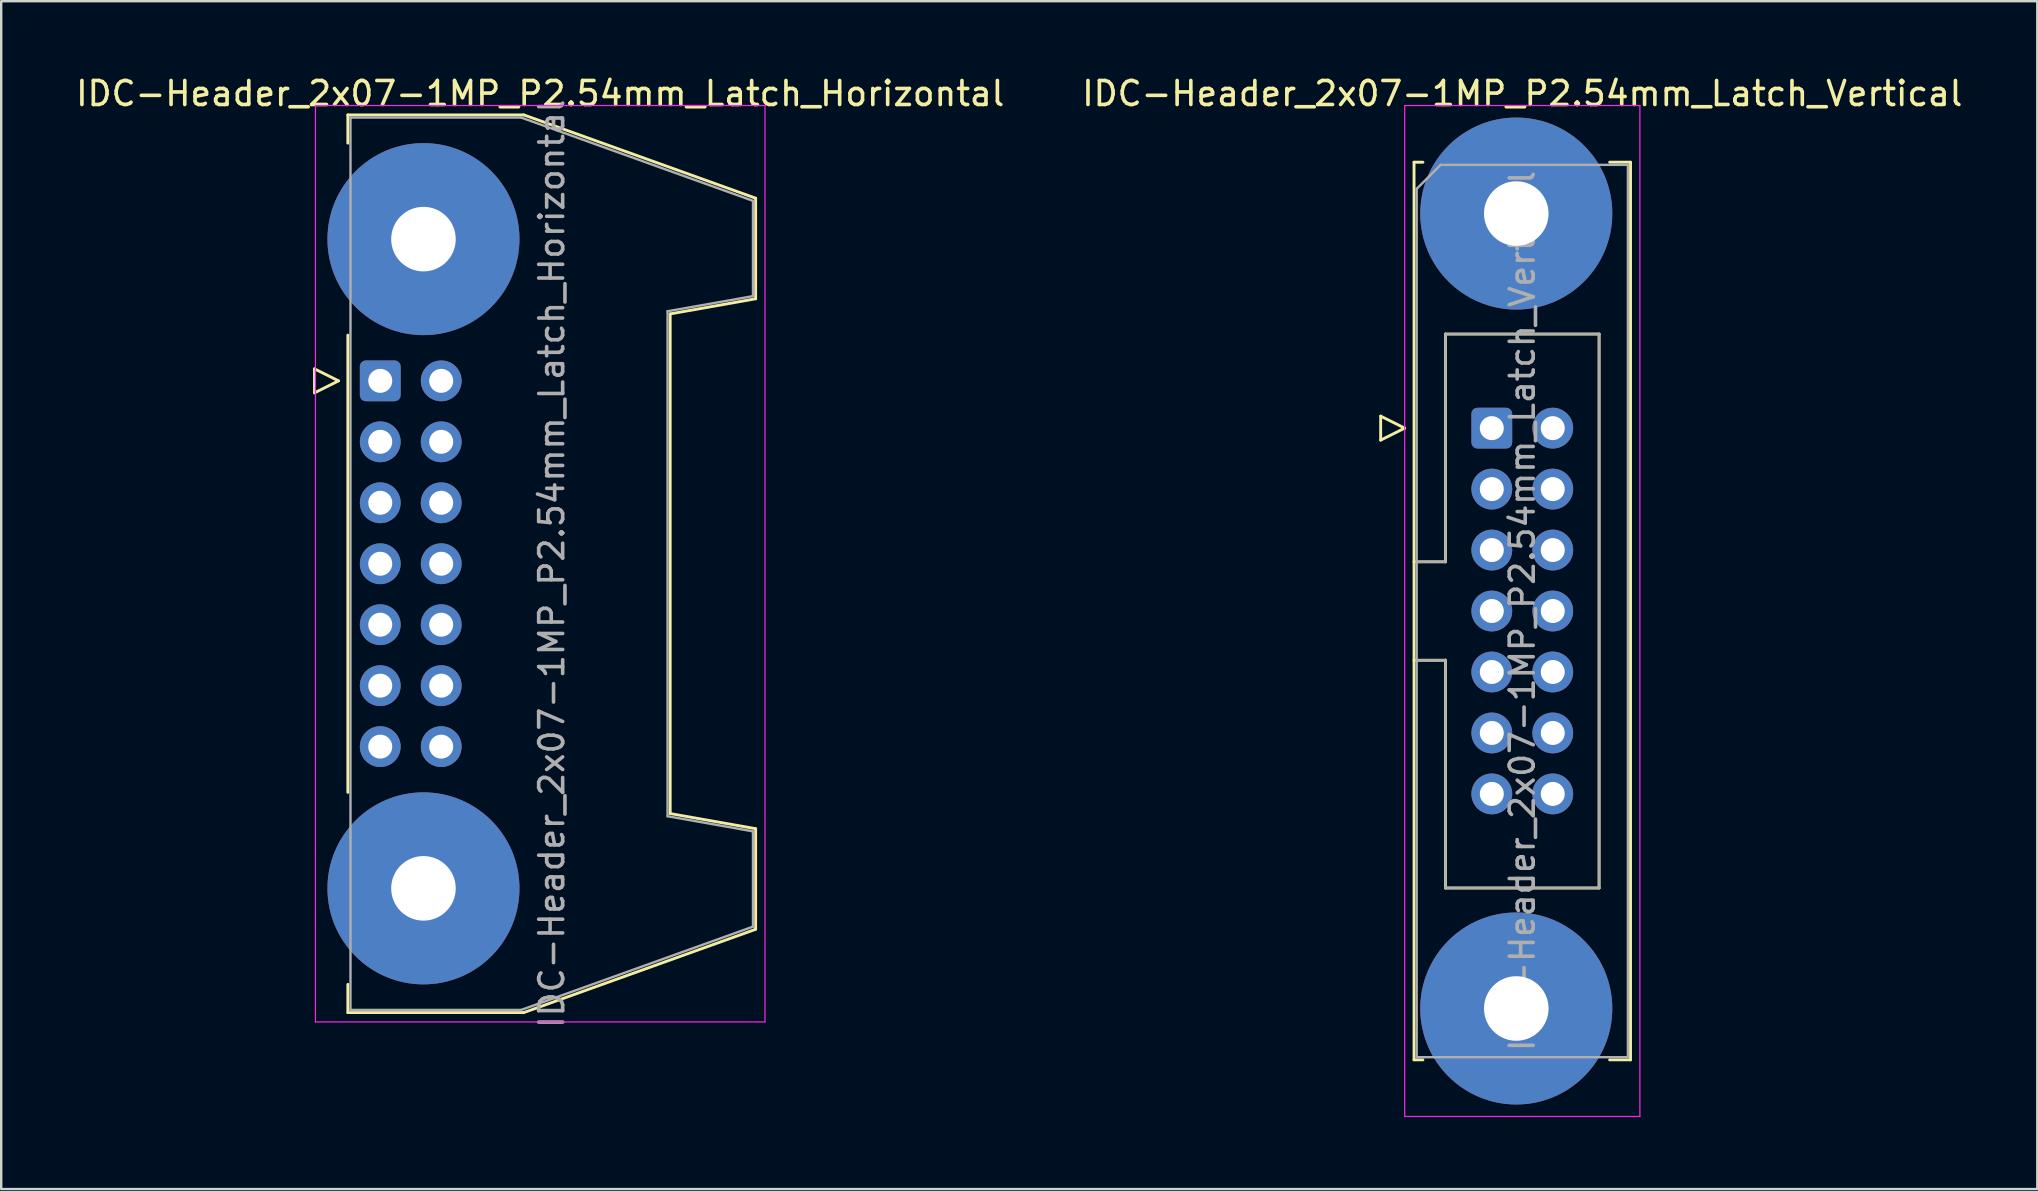
<source format=kicad_pcb>
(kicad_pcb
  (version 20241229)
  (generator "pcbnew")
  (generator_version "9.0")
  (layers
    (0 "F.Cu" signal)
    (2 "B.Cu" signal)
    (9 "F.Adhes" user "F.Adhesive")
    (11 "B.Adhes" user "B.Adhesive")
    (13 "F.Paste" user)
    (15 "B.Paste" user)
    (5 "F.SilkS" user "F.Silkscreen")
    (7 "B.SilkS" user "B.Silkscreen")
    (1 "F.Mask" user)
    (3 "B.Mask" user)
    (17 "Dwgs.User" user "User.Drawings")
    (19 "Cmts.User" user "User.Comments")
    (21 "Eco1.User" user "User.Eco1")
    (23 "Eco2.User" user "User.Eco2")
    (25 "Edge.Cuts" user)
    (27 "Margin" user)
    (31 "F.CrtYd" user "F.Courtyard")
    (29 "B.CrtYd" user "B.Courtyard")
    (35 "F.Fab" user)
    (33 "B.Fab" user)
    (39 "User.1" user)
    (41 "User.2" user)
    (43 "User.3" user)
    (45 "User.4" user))
  (footprint "IDC-Header_2x07-1MP_P2.54mm_Latch_Horizontal"
    (layer "F.Cu")
    (at 12.793 12.818)
    (property "Reference" "IDC-Header_2x07-1MP_P2.54mm_Latch_Horizontal" (at 6.665 -11.97 0) (layer "F.SilkS") (effects (font (size 1 1) (thickness 0.15))))
    (attr through_hole)
    (fp_line (start -2.74 -0.5) (end -2.74 0.5) (stroke (width 0.12) (type solid)) (layer "F.SilkS"))
    (fp_line (start -2.74 0.5) (end -1.74 0) (stroke (width 0.12) (type solid)) (layer "F.SilkS"))
    (fp_line (start -1.74 0) (end -2.74 -0.5) (stroke (width 0.12) (type solid)) (layer "F.SilkS"))
    (fp_line (start -1.35 -11.08) (end -1.35 -9.905) (stroke (width 0.12) (type solid)) (layer "F.SilkS"))
    (fp_line (start -1.35 -11.08) (end 5.98 -11.08) (stroke (width 0.12) (type solid)) (layer "F.SilkS"))
    (fp_line (start -1.35 -1.905) (end -1.35 17.145) (stroke (width 0.12) (type solid)) (layer "F.SilkS"))
    (fp_line (start -1.35 25.145) (end -1.35 26.32) (stroke (width 0.12) (type solid)) (layer "F.SilkS"))
    (fp_line (start 5.98 -11.08) (end 15.64 -7.61) (stroke (width 0.12) (type solid)) (layer "F.SilkS"))
    (fp_line (start 5.98 26.32) (end -1.35 26.32) (stroke (width 0.12) (type solid)) (layer "F.SilkS"))
    (fp_line (start 12.08 -2.79) (end 12.08 18.03) (stroke (width 0.12) (type solid)) (layer "F.SilkS"))
    (fp_line (start 12.08 18.03) (end 15.64 18.66) (stroke (width 0.12) (type solid)) (layer "F.SilkS"))
    (fp_line (start 15.64 -7.61) (end 15.64 -3.42) (stroke (width 0.12) (type solid)) (layer "F.SilkS"))
    (fp_line (start 15.64 -3.42) (end 12.08 -2.79) (stroke (width 0.12) (type solid)) (layer "F.SilkS"))
    (fp_line (start 15.64 18.66) (end 15.64 22.85) (stroke (width 0.12) (type solid)) (layer "F.SilkS"))
    (fp_line (start 15.64 22.85) (end 5.98 26.32) (stroke (width 0.12) (type solid)) (layer "F.SilkS"))
    (fp_line (start -2.7 -11.47) (end -2.7 26.71) (stroke (width 0.05) (type solid)) (layer "F.CrtYd"))
    (fp_line (start -2.7 26.71) (end 16.03 26.71) (stroke (width 0.05) (type solid)) (layer "F.CrtYd"))
    (fp_line (start 16.03 -11.47) (end -2.7 -11.47) (stroke (width 0.05) (type solid)) (layer "F.CrtYd"))
    (fp_line (start 16.03 26.71) (end 16.03 -11.47) (stroke (width 0.05) (type solid)) (layer "F.CrtYd"))
    (fp_line (start -1.24 -10.97) (end 5.87 -10.97) (stroke (width 0.1) (type solid)) (layer "F.Fab"))
    (fp_line (start -1.24 26.21) (end -1.24 -10.97) (stroke (width 0.1) (type solid)) (layer "F.Fab"))
    (fp_line (start 5.87 -10.97) (end 15.53 -7.5) (stroke (width 0.1) (type solid)) (layer "F.Fab"))
    (fp_line (start 5.87 26.21) (end -1.24 26.21) (stroke (width 0.1) (type solid)) (layer "F.Fab"))
    (fp_line (start 11.97 -2.9) (end 11.97 18.14) (stroke (width 0.1) (type solid)) (layer "F.Fab"))
    (fp_line (start 11.97 18.14) (end 15.53 18.77) (stroke (width 0.1) (type solid)) (layer "F.Fab"))
    (fp_line (start 15.53 -7.5) (end 15.53 -3.53) (stroke (width 0.1) (type solid)) (layer "F.Fab"))
    (fp_line (start 15.53 -3.53) (end 11.97 -2.9) (stroke (width 0.1) (type solid)) (layer "F.Fab"))
    (fp_line (start 15.53 18.77) (end 15.53 22.74) (stroke (width 0.1) (type solid)) (layer "F.Fab"))
    (fp_line (start 15.53 22.74) (end 5.87 26.21) (stroke (width 0.1) (type solid)) (layer "F.Fab"))
    (fp_text user "${REFERENCE}" (at 7.145 7.62 90) (layer "F.Fab") (effects (font (size 1 1) (thickness 0.15))))
    (pad "1" thru_hole roundrect (at 0 0) (size 1.7 1.7) (drill 1) (layers "*.Cu" "*.Mask") (roundrect_rratio 0.147))
    (pad "2" thru_hole circle (at 2.54 0) (size 1.7 1.7) (drill 1) (layers "*.Cu" "*.Mask"))
    (pad "3" thru_hole circle (at 0 2.54) (size 1.7 1.7) (drill 1) (layers "*.Cu" "*.Mask"))
    (pad "4" thru_hole circle (at 2.54 2.54) (size 1.7 1.7) (drill 1) (layers "*.Cu" "*.Mask"))
    (pad "5" thru_hole circle (at 0 5.08) (size 1.7 1.7) (drill 1) (layers "*.Cu" "*.Mask"))
    (pad "6" thru_hole circle (at 2.54 5.08) (size 1.7 1.7) (drill 1) (layers "*.Cu" "*.Mask"))
    (pad "7" thru_hole circle (at 0 7.62) (size 1.7 1.7) (drill 1) (layers "*.Cu" "*.Mask"))
    (pad "8" thru_hole circle (at 2.54 7.62) (size 1.7 1.7) (drill 1) (layers "*.Cu" "*.Mask"))
    (pad "9" thru_hole circle (at 0 10.16) (size 1.7 1.7) (drill 1) (layers "*.Cu" "*.Mask"))
    (pad "10" thru_hole circle (at 2.54 10.16) (size 1.7 1.7) (drill 1) (layers "*.Cu" "*.Mask"))
    (pad "11" thru_hole circle (at 0 12.7) (size 1.7 1.7) (drill 1) (layers "*.Cu" "*.Mask"))
    (pad "12" thru_hole circle (at 2.54 12.7) (size 1.7 1.7) (drill 1) (layers "*.Cu" "*.Mask"))
    (pad "13" thru_hole circle (at 0 15.24) (size 1.7 1.7) (drill 1) (layers "*.Cu" "*.Mask"))
    (pad "14" thru_hole circle (at 2.54 15.24) (size 1.7 1.7) (drill 1) (layers "*.Cu" "*.Mask"))
    (pad "MP" thru_hole circle (at 1.8 -5.905) (size 8 8) (drill 2.69) (layers "*.Cu" "*.Mask"))
    (pad "MP" thru_hole circle (at 1.8 21.145) (size 8 8) (drill 2.69) (layers "*.Cu" "*.Mask")))
  (footprint "IDC-Header_2x07-1MP_P2.54mm_Latch_Vertical"
    (layer "F.Cu")
    (at 59.105 14.788)
    (property "Reference" "IDC-Header_2x07-1MP_P2.54mm_Latch_Vertical" (at 1.27 -13.94 0) (layer "F.SilkS") (effects (font (size 1 1) (thickness 0.15))))
    (attr through_hole)
    (fp_line (start -4.63 -0.5) (end -4.63 0.5) (stroke (width 0.12) (type solid)) (layer "F.SilkS"))
    (fp_line (start -4.63 0.5) (end -3.63 0) (stroke (width 0.12) (type solid)) (layer "F.SilkS"))
    (fp_line (start -3.63 0) (end -4.63 -0.5) (stroke (width 0.12) (type solid)) (layer "F.SilkS"))
    (fp_line (start -3.24 -11.08) (end -3.24 26.32) (stroke (width 0.12) (type solid)) (layer "F.SilkS"))
    (fp_line (start -3.24 5.57) (end -1.93 5.57) (stroke (width 0.12) (type solid)) (layer "F.SilkS"))
    (fp_line (start -3.24 26.32) (end -2.87 26.32) (stroke (width 0.12) (type solid)) (layer "F.SilkS"))
    (fp_line (start -2.87 -11.08) (end -3.24 -11.08) (stroke (width 0.12) (type solid)) (layer "F.SilkS"))
    (fp_line (start -1.93 -3.92) (end 4.47 -3.92) (stroke (width 0.12) (type solid)) (layer "F.SilkS"))
    (fp_line (start -1.93 5.57) (end -1.93 -3.92) (stroke (width 0.12) (type solid)) (layer "F.SilkS"))
    (fp_line (start -1.93 9.67) (end -3.24 9.67) (stroke (width 0.12) (type solid)) (layer "F.SilkS"))
    (fp_line (start -1.93 9.67) (end -1.93 9.67) (stroke (width 0.12) (type solid)) (layer "F.SilkS"))
    (fp_line (start -1.93 19.16) (end -1.93 9.67) (stroke (width 0.12) (type solid)) (layer "F.SilkS"))
    (fp_line (start 4.47 -3.92) (end 4.47 19.16) (stroke (width 0.12) (type solid)) (layer "F.SilkS"))
    (fp_line (start 4.47 19.16) (end -1.93 19.16) (stroke (width 0.12) (type solid)) (layer "F.SilkS"))
    (fp_line (start 4.91 -11.08) (end 5.78 -11.08) (stroke (width 0.12) (type solid)) (layer "F.SilkS"))
    (fp_line (start 5.78 -11.08) (end 5.78 26.32) (stroke (width 0.12) (type solid)) (layer "F.SilkS"))
    (fp_line (start 5.78 26.32) (end 4.91 26.32) (stroke (width 0.12) (type solid)) (layer "F.SilkS"))
    (fp_line (start -3.63 -13.44) (end -3.63 28.68) (stroke (width 0.05) (type solid)) (layer "F.CrtYd"))
    (fp_line (start -3.63 28.68) (end 6.17 28.68) (stroke (width 0.05) (type solid)) (layer "F.CrtYd"))
    (fp_line (start 6.17 -13.44) (end -3.63 -13.44) (stroke (width 0.05) (type solid)) (layer "F.CrtYd"))
    (fp_line (start 6.17 28.68) (end 6.17 -13.44) (stroke (width 0.05) (type solid)) (layer "F.CrtYd"))
    (fp_line (start -3.13 -9.97) (end -2.13 -10.97) (stroke (width 0.1) (type solid)) (layer "F.Fab"))
    (fp_line (start -3.13 5.57) (end -1.93 5.57) (stroke (width 0.1) (type solid)) (layer "F.Fab"))
    (fp_line (start -3.13 26.21) (end -3.13 -9.97) (stroke (width 0.1) (type solid)) (layer "F.Fab"))
    (fp_line (start -2.13 -10.97) (end 5.67 -10.97) (stroke (width 0.1) (type solid)) (layer "F.Fab"))
    (fp_line (start -1.93 -3.92) (end 4.47 -3.92) (stroke (width 0.1) (type solid)) (layer "F.Fab"))
    (fp_line (start -1.93 5.57) (end -1.93 -3.92) (stroke (width 0.1) (type solid)) (layer "F.Fab"))
    (fp_line (start -1.93 9.67) (end -3.13 9.67) (stroke (width 0.1) (type solid)) (layer "F.Fab"))
    (fp_line (start -1.93 9.67) (end -1.93 9.67) (stroke (width 0.1) (type solid)) (layer "F.Fab"))
    (fp_line (start -1.93 19.16) (end -1.93 9.67) (stroke (width 0.1) (type solid)) (layer "F.Fab"))
    (fp_line (start 4.47 -3.92) (end 4.47 19.16) (stroke (width 0.1) (type solid)) (layer "F.Fab"))
    (fp_line (start 4.47 19.16) (end -1.93 19.16) (stroke (width 0.1) (type solid)) (layer "F.Fab"))
    (fp_line (start 5.67 -10.97) (end 5.67 26.21) (stroke (width 0.1) (type solid)) (layer "F.Fab"))
    (fp_line (start 5.67 26.21) (end -3.13 26.21) (stroke (width 0.1) (type solid)) (layer "F.Fab"))
    (fp_text user "${REFERENCE}" (at 1.27 7.62 90) (layer "F.Fab") (effects (font (size 1 1) (thickness 0.15))))
    (pad "1" thru_hole roundrect (at 0 0) (size 1.7 1.7) (drill 1) (layers "*.Cu" "*.Mask") (roundrect_rratio 0.147))
    (pad "2" thru_hole circle (at 2.54 0) (size 1.7 1.7) (drill 1) (layers "*.Cu" "*.Mask"))
    (pad "3" thru_hole circle (at 0 2.54) (size 1.7 1.7) (drill 1) (layers "*.Cu" "*.Mask"))
    (pad "4" thru_hole circle (at 2.54 2.54) (size 1.7 1.7) (drill 1) (layers "*.Cu" "*.Mask"))
    (pad "5" thru_hole circle (at 0 5.08) (size 1.7 1.7) (drill 1) (layers "*.Cu" "*.Mask"))
    (pad "6" thru_hole circle (at 2.54 5.08) (size 1.7 1.7) (drill 1) (layers "*.Cu" "*.Mask"))
    (pad "7" thru_hole circle (at 0 7.62) (size 1.7 1.7) (drill 1) (layers "*.Cu" "*.Mask"))
    (pad "8" thru_hole circle (at 2.54 7.62) (size 1.7 1.7) (drill 1) (layers "*.Cu" "*.Mask"))
    (pad "9" thru_hole circle (at 0 10.16) (size 1.7 1.7) (drill 1) (layers "*.Cu" "*.Mask"))
    (pad "10" thru_hole circle (at 2.54 10.16) (size 1.7 1.7) (drill 1) (layers "*.Cu" "*.Mask"))
    (pad "11" thru_hole circle (at 0 12.7) (size 1.7 1.7) (drill 1) (layers "*.Cu" "*.Mask"))
    (pad "12" thru_hole circle (at 2.54 12.7) (size 1.7 1.7) (drill 1) (layers "*.Cu" "*.Mask"))
    (pad "13" thru_hole circle (at 0 15.24) (size 1.7 1.7) (drill 1) (layers "*.Cu" "*.Mask"))
    (pad "14" thru_hole circle (at 2.54 15.24) (size 1.7 1.7) (drill 1) (layers "*.Cu" "*.Mask"))
    (pad "MP" thru_hole circle (at 1.02 -8.94) (size 8 8) (drill 2.69) (layers "*.Cu" "*.Mask"))
    (pad "MP" thru_hole circle (at 1.02 24.18) (size 8 8) (drill 2.69) (layers "*.Cu" "*.Mask")))
  (gr_rect
    (start -3 -3)
    (end 81.833 46.493)
    (stroke (width 0.1) (type default))
    (fill no)
    (layer "Edge.Cuts")))
</source>
